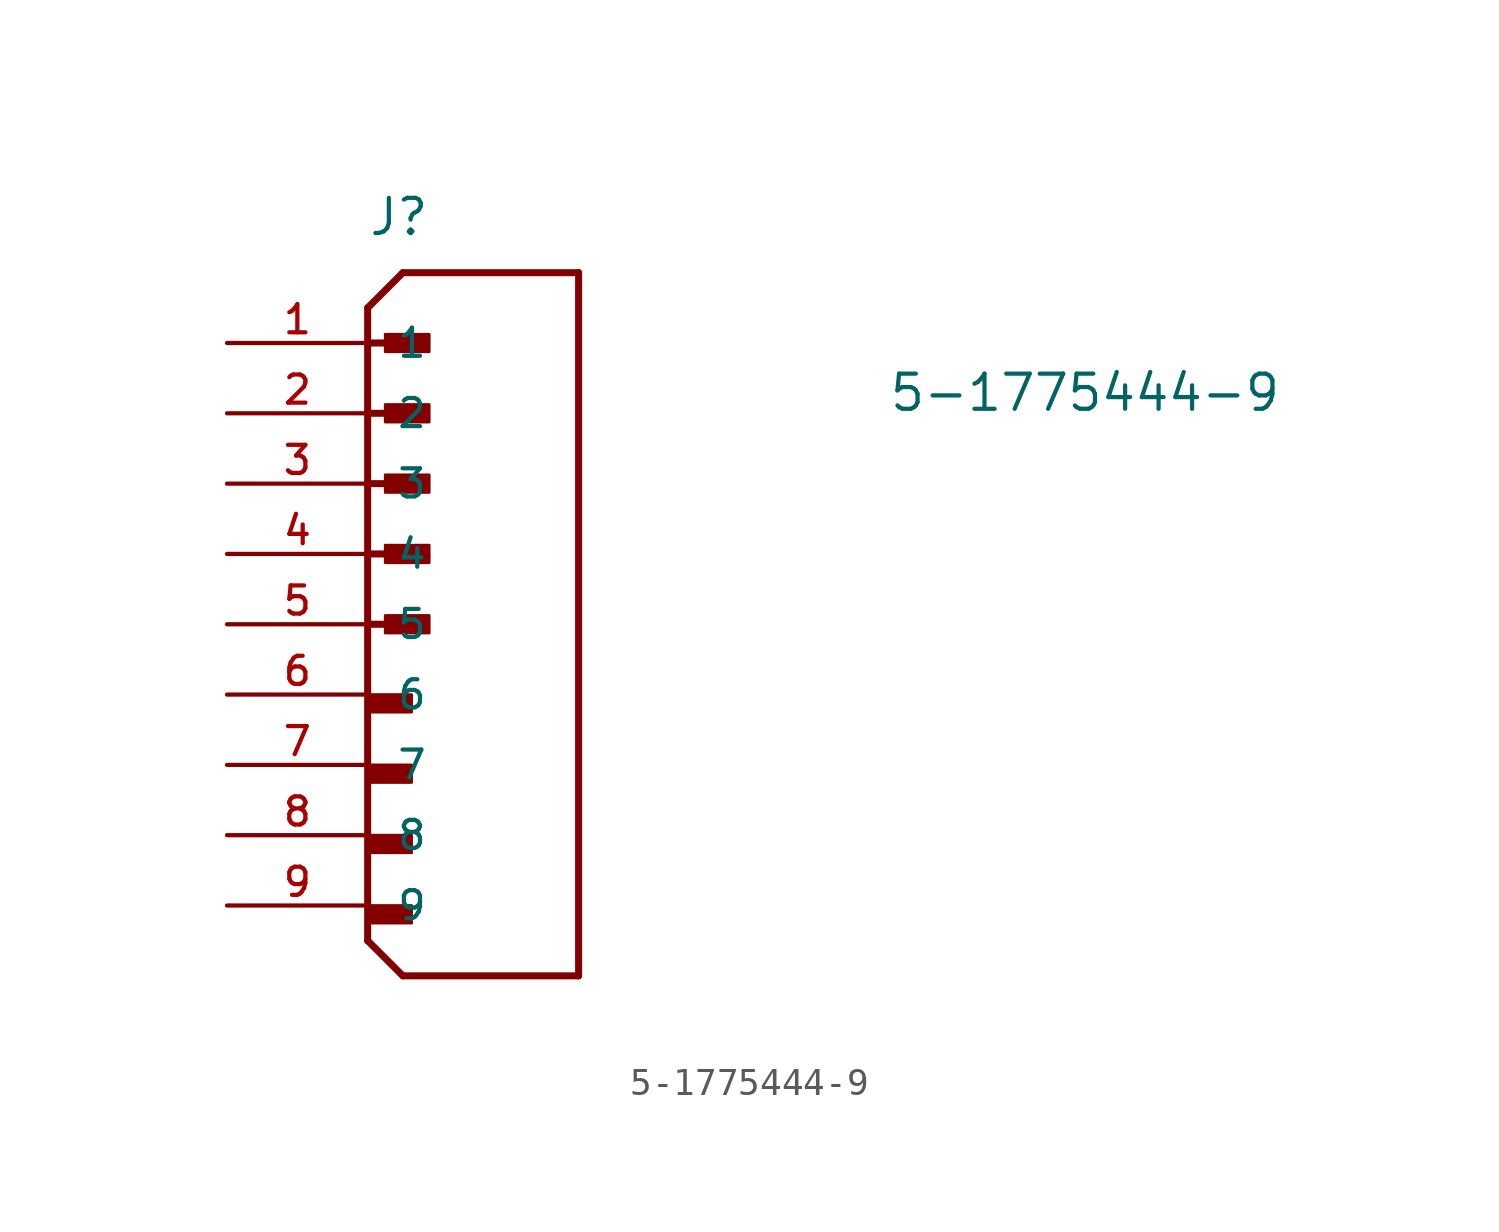
<source format=kicad_sym>
(kicad_symbol_lib
  (version 20231120)
  (generator "kicad_symbol_editor")
  (generator_version "8.0")
  (symbol "5-1775444-9"
    (pin_names
      (offset 1.016))
    (property "Reference" "J"
      (at 0 8.89 0)
      (effects (font (size 1.27 1.27)) (justify left bottom)))
    (property "Value" "5-1775444-9"
      (at 18.796 2.54 0)
      (effects (font (size 1.27 1.27)) (justify left bottom)))
    (symbol "5-1775444-9_0_0"
      (rectangle (start 0 -15.24) (end 1.587 -15.875) (stroke (width 0.1) (type default)) (fill (type outline)))
      (rectangle (start 0 -12.7) (end 1.587 -13.335) (stroke (width 0.1) (type default)) (fill (type outline)))
      (rectangle (start 0 -10.16) (end 1.587 -10.795) (stroke (width 0.1) (type default)) (fill (type outline)))
      (rectangle (start 0 -7.62) (end 1.587 -8.255) (stroke (width 0.1) (type default)) (fill (type outline)))
      (polyline (pts (xy 0 -16.51) (xy 1.27 -17.78)) (stroke (width 0.254) (type default)) (fill (type none)))
      (polyline (pts (xy 0 -5.08) (xy 1.905 -5.08)) (stroke (width 0.254) (type default)) (fill (type none)))
      (polyline (pts (xy 0 -2.54) (xy 1.905 -2.54)) (stroke (width 0.254) (type default)) (fill (type none)))
      (polyline (pts (xy 0 0) (xy 1.905 0)) (stroke (width 0.254) (type default)) (fill (type none)))
      (polyline (pts (xy 0 2.54) (xy 1.905 2.54)) (stroke (width 0.254) (type default)) (fill (type none)))
      (polyline (pts (xy 0 5.08) (xy 0 -16.51)) (stroke (width 0.254) (type default)) (fill (type none)))
      (polyline (pts (xy 0 5.08) (xy 1.905 5.08)) (stroke (width 0.254) (type default)) (fill (type none)))
      (polyline (pts (xy 0 6.35) (xy 0 5.08)) (stroke (width 0.254) (type default)) (fill (type none)))
      (polyline (pts (xy 0 6.35) (xy 1.27 7.62)) (stroke (width 0.254) (type default)) (fill (type none)))
      (polyline (pts (xy 1.27 -17.78) (xy 7.62 -17.78)) (stroke (width 0.254) (type default)) (fill (type none)))
      (polyline (pts (xy 7.62 -17.78) (xy 7.62 7.62)) (stroke (width 0.254) (type default)) (fill (type none)))
      (polyline (pts (xy 7.62 7.62) (xy 1.27 7.62)) (stroke (width 0.254) (type default)) (fill (type none)))
      (rectangle (start 0.635 -4.763) (end 2.223 -5.397) (stroke (width 0.1) (type default)) (fill (type outline)))
      (rectangle (start 0.635 -2.857) (end 2.223 -2.223) (stroke (width 0.1) (type default)) (fill (type outline)))
      (rectangle (start 0.635 -0.318) (end 2.223 0.318) (stroke (width 0.1) (type default)) (fill (type outline)))
      (rectangle (start 0.635 2.223) (end 2.223 2.857) (stroke (width 0.1) (type default)) (fill (type outline)))
      (rectangle (start 0.635 4.763) (end 2.223 5.397) (stroke (width 0.1) (type default)) (fill (type outline)))
      (pin passive line (at -5.08 5.08 0) (length 5.08) (name "1" (effects (font (size 1.016 1.016)))) (number "1" (effects (font (size 1.016 1.016)))))
      (pin passive line (at -5.08 2.54 0) (length 5.08) (name "2" (effects (font (size 1.016 1.016)))) (number "2" (effects (font (size 1.016 1.016)))))
      (pin passive line (at -5.08 0 0) (length 5.08) (name "3" (effects (font (size 1.016 1.016)))) (number "3" (effects (font (size 1.016 1.016)))))
      (pin passive line (at -5.08 -2.54 0) (length 5.08) (name "4" (effects (font (size 1.016 1.016)))) (number "4" (effects (font (size 1.016 1.016)))))
      (pin passive line (at -5.08 -5.08 0) (length 5.08) (name "5" (effects (font (size 1.016 1.016)))) (number "5" (effects (font (size 1.016 1.016))))))
    (symbol "5-1775444-9_1_0"
      (pin passive line (at -5.08 -7.62 0) (length 5.08) (name "6" (effects (font (size 1.016 1.016)))) (number "6" (effects (font (size 1.016 1.016)))))
      (pin passive line (at -5.08 -10.16 0) (length 5.08) (name "7" (effects (font (size 1.016 1.016)))) (number "7" (effects (font (size 1.016 1.016)))))
      (pin passive line (at -5.08 -12.7 0) (length 5.08) (name "8" (effects (font (size 1.016 1.016)))) (number "8" (effects (font (size 1.016 1.016)))))
      (pin passive line (at -5.08 -15.24 0) (length 5.08) (name "9" (effects (font (size 1.016 1.016)))) (number "9" (effects (font (size 1.016 1.016))))))))
</source>
